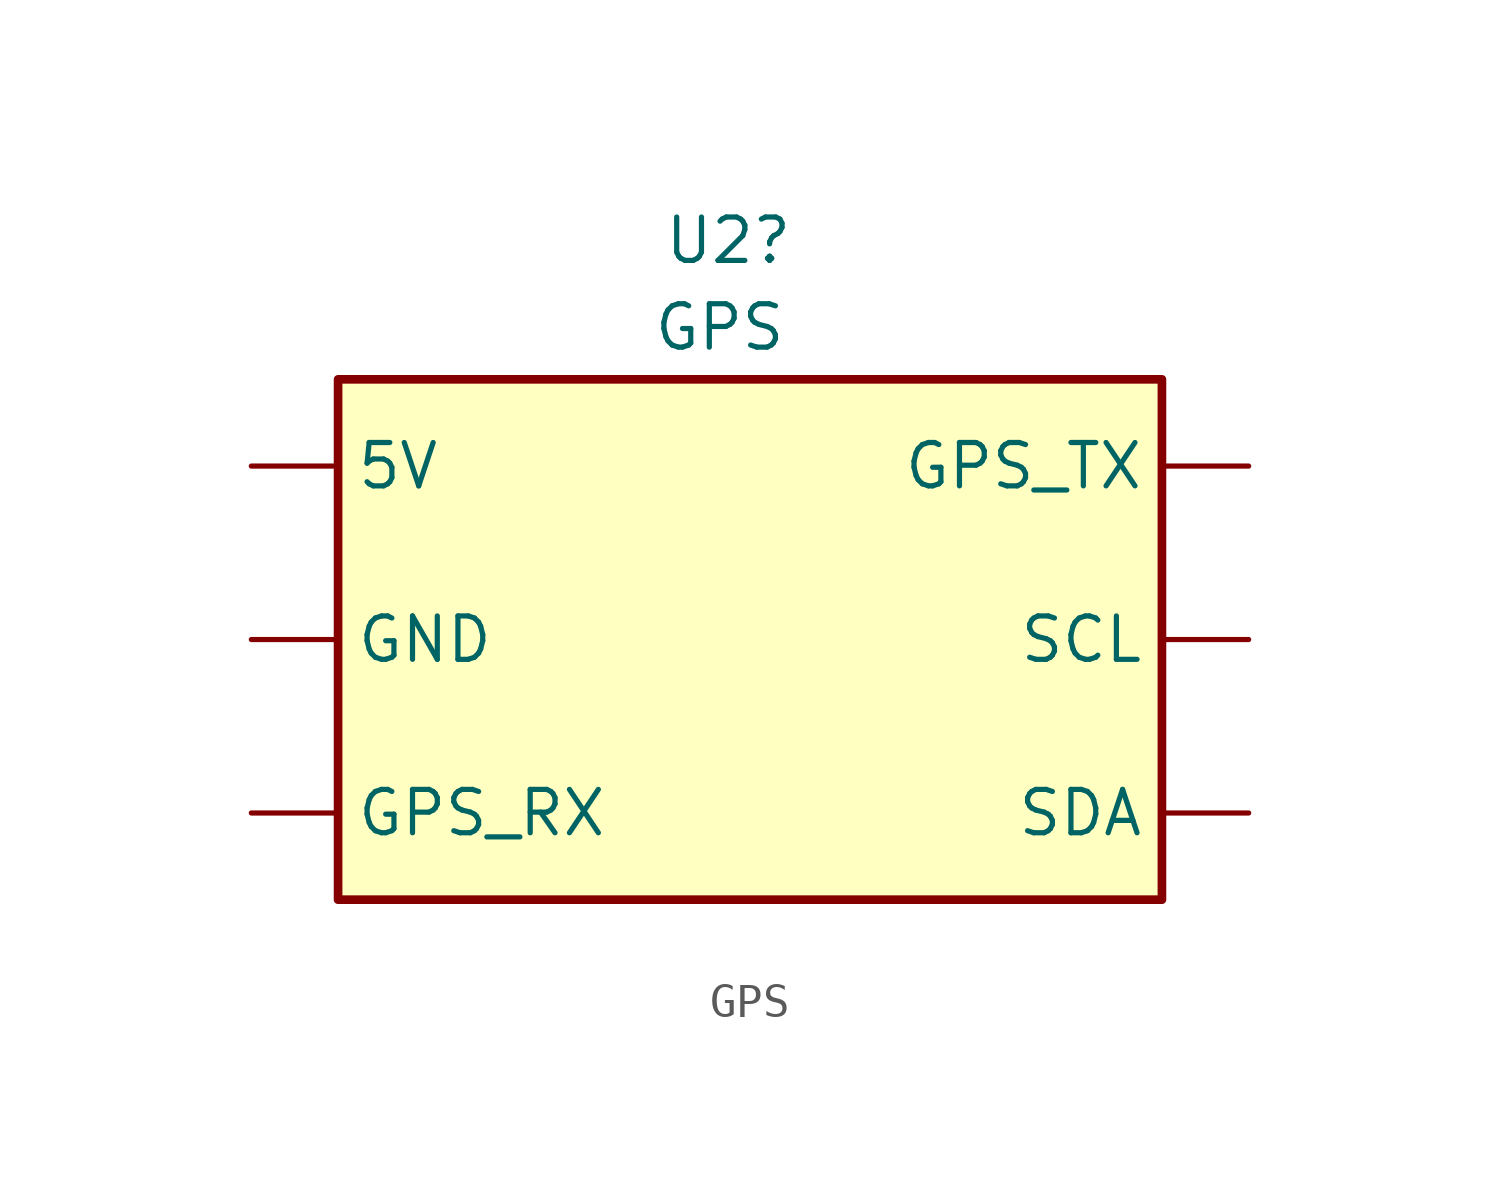
<source format=kicad_sym>
(kicad_symbol_lib
  (version 20241209)
  (generator "kicad_symbol_editor")
  (generator_version "9.0")
  (symbol "GPS"
    (property "Reference" "U2"
      (at 1.27 9.144 0)
      (effects (font (size 1.27 1.27))))
    (property "Value" "GPS"
      (at 1.016 6.604 0)
      (effects (font (size 1.27 1.27))))
    (symbol "GPS_0_1"
      (rectangle (start -10.16 5.08) (end 13.97 -10.16) (stroke (width 0.254) (type default)) (fill (type background))))
    (symbol "GPS_1_1"
      (pin power_in line (at -12.7 2.54 0) (length 2.54) (name "5V" (effects (font (size 1.27 1.27)))) (number "" (effects (font (size 1.27 1.27)))))
      (pin power_in line (at -12.7 -2.54 0) (length 2.54) (name "GND" (effects (font (size 1.27 1.27)))) (number "" (effects (font (size 1.27 1.27)))))
      (pin input line (at -12.7 -7.62 0) (length 2.54) (name "GPS_RX" (effects (font (size 1.27 1.27)))) (number "" (effects (font (size 1.27 1.27)))))
      (pin output line (at 16.51 2.54 180) (length 2.54) (name "GPS_TX" (effects (font (size 1.27 1.27)))) (number "" (effects (font (size 1.27 1.27)))))
      (pin bidirectional line (at 16.51 -2.54 180) (length 2.54) (name "SCL" (effects (font (size 1.27 1.27)))) (number "" (effects (font (size 1.27 1.27)))))
      (pin bidirectional line (at 16.51 -7.62 180) (length 2.54) (name "SDA" (effects (font (size 1.27 1.27)))) (number "" (effects (font (size 1.27 1.27))))))))
</source>
